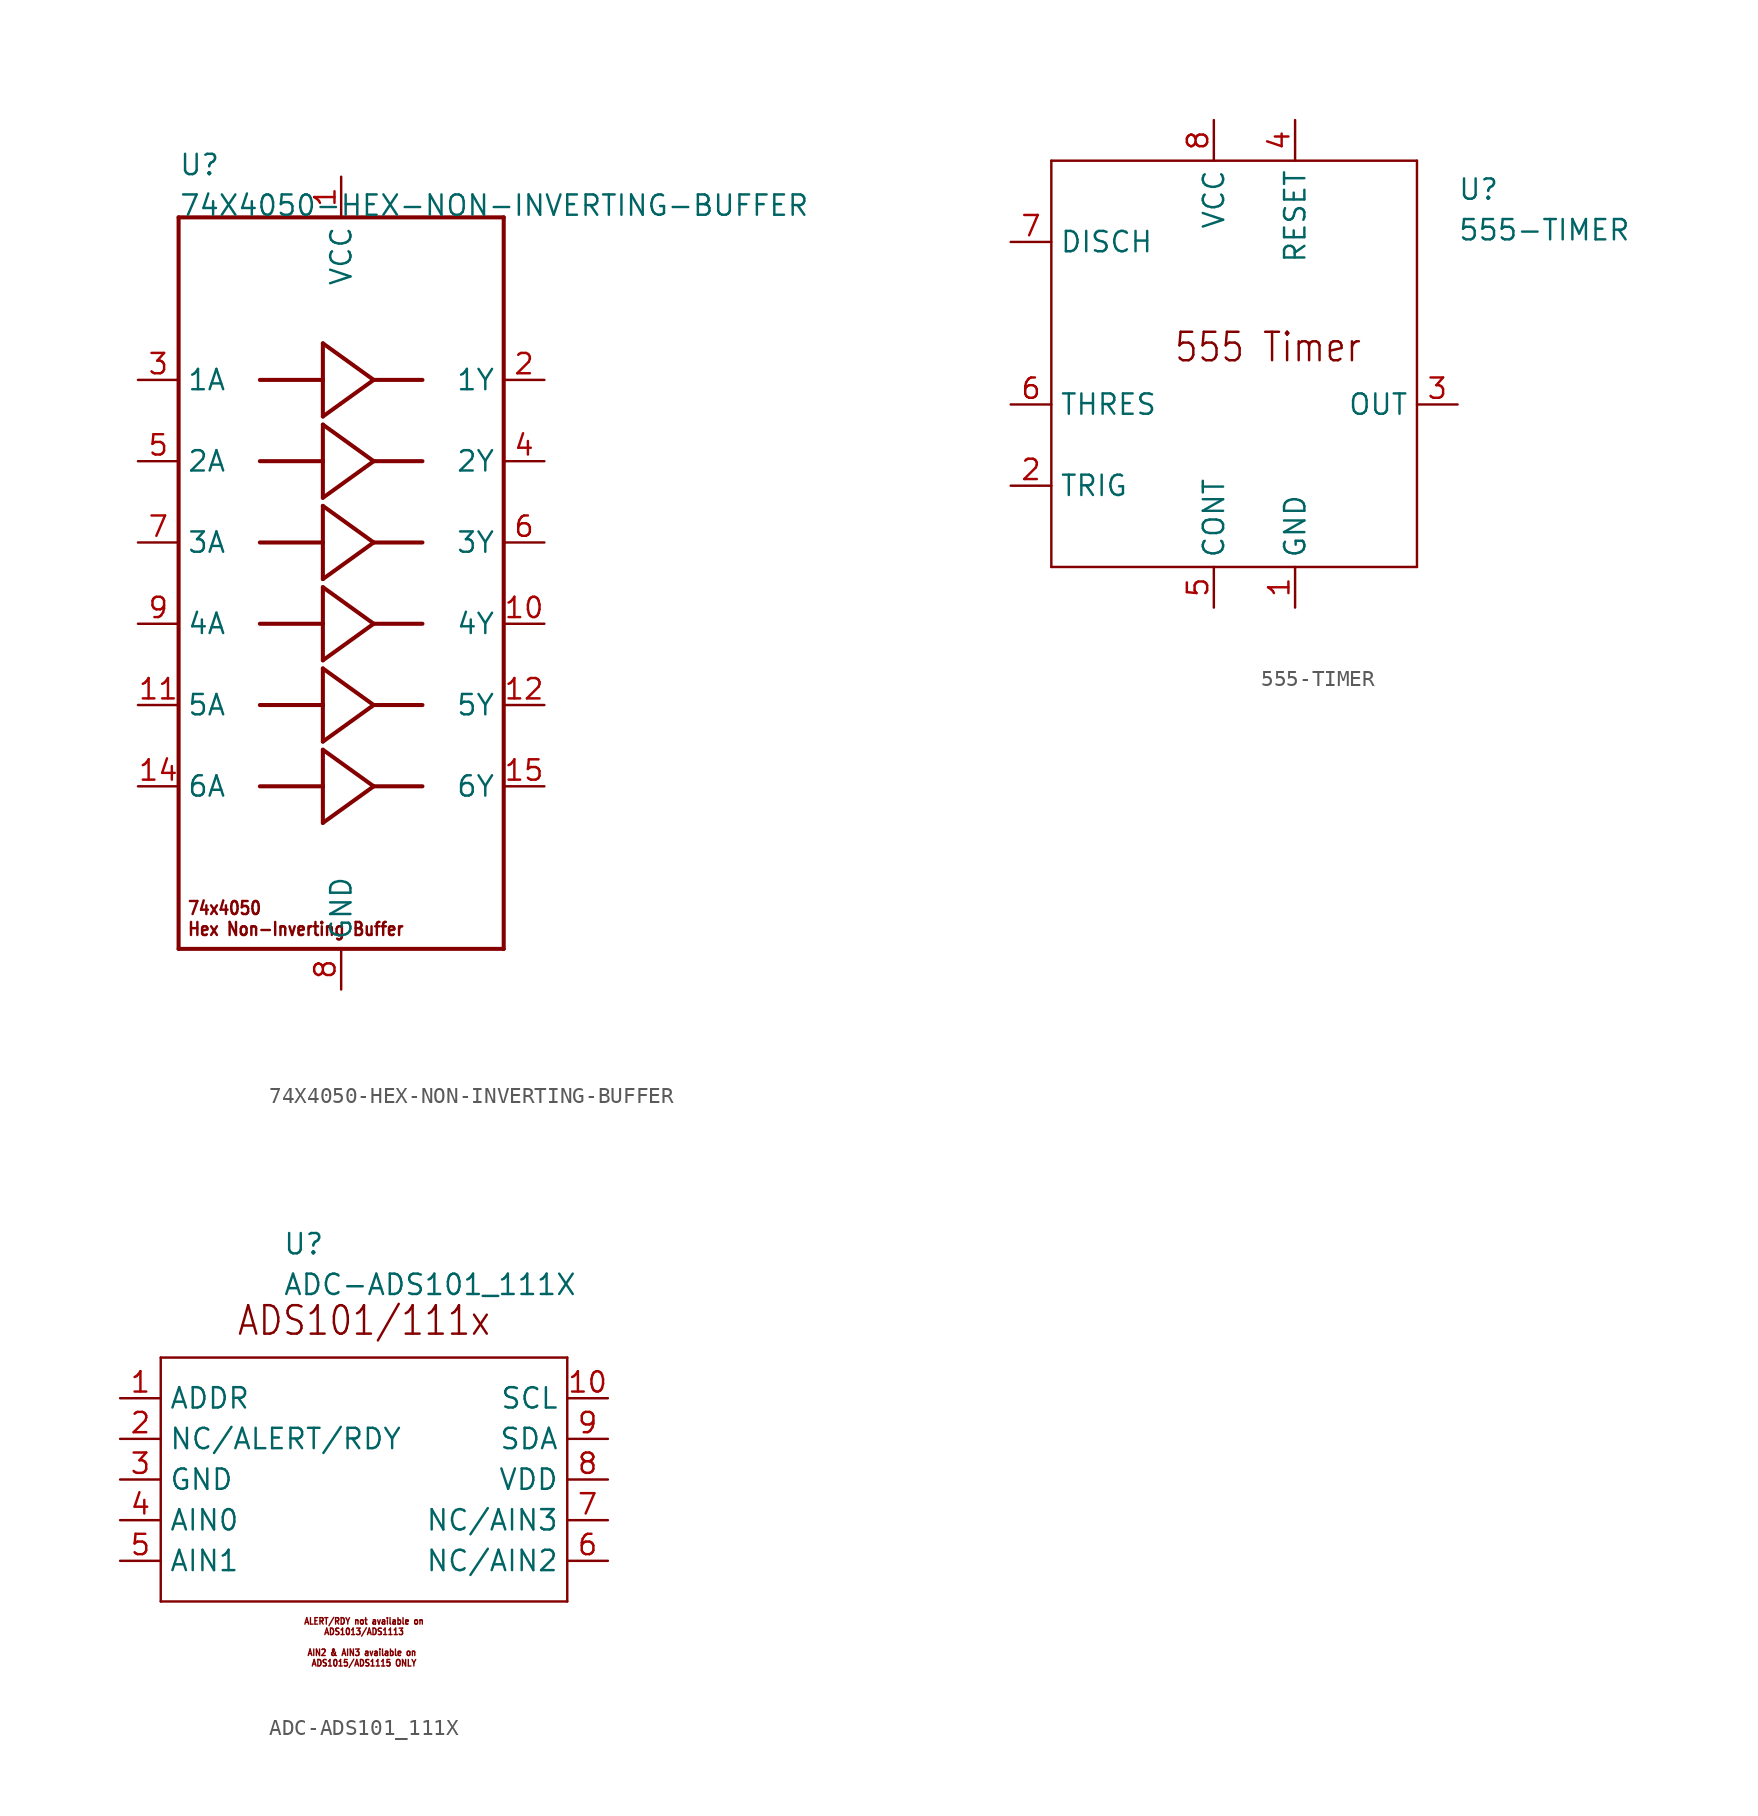
<source format=kicad_sym>
(kicad_symbol_lib
  (version 20211014)
  (generator kicad_symbol_editor)
  (symbol "74X4050-HEX-NON-INVERTING-BUFFER"
    (pin_names)
    (property "Reference" "U"
      (at -10.16 25.4 0)
      (effects (font (size 1.27 1.27)) (justify left bottom)))
    (property "Value" "74X4050-HEX-NON-INVERTING-BUFFER"
      (at -10.16 22.86 0)
      (effects (font (size 1.27 1.27)) (justify left bottom)))
    (property "Datasheet" ""
      (at 0 0 0))
    (property "ki_description" "74X4050  - Hex Non-Inverting Buffer   Technical Specifications:     Logic Type: Buffer, Non-Inverting    Number of Elements: 6    Number of Bits per Element: 1       Component Search:  [DATA SHEET NAME]   Datasheet:  74HC4050 "
      (at 0 0 0))
    (property "ki_fp_filters" "FlashPCB_ICs:SOIC-16-150MIL-3.9MM"
      (at 0 0 0))
    (symbol "74X4050-HEX-NON-INVERTING-BUFFER_1_1"
      (text "74x4050\nHex Non-Inverting Buffer" (at -9.652 -22.098 0) (effects (font (size 0.813 0.695)) (justify left bottom)))
      (polyline (pts (xy -5.08 12.7) (xy -1.143 12.7)) (stroke (width 0.254)) (fill (type none)))
      (polyline (pts (xy -1.143 12.7) (xy -1.143 14.986)) (stroke (width 0.254)) (fill (type none)))
      (polyline (pts (xy -1.143 12.7) (xy -1.143 10.414)) (stroke (width 0.254)) (fill (type none)))
      (polyline (pts (xy -1.143 10.414) (xy 2.032 12.7)) (stroke (width 0.254)) (fill (type none)))
      (polyline (pts (xy 2.032 12.7) (xy -1.143 14.986)) (stroke (width 0.254)) (fill (type none)))
      (polyline (pts (xy 5.08 12.7) (xy 2.032 12.7)) (stroke (width 0.254)) (fill (type none)))
      (polyline (pts (xy -10.16 22.86) (xy 10.16 22.86)) (stroke (width 0.254)) (fill (type none)))
      (polyline (pts (xy 10.16 22.86) (xy 10.16 -22.86)) (stroke (width 0.254)) (fill (type none)))
      (polyline (pts (xy 10.16 -22.86) (xy -10.16 -22.86)) (stroke (width 0.254)) (fill (type none)))
      (polyline (pts (xy -10.16 -22.86) (xy -10.16 22.86)) (stroke (width 0.254)) (fill (type none)))
      (polyline (pts (xy -5.08 7.62) (xy -1.143 7.62)) (stroke (width 0.254)) (fill (type none)))
      (polyline (pts (xy -1.143 7.62) (xy -1.143 9.906)) (stroke (width 0.254)) (fill (type none)))
      (polyline (pts (xy -1.143 7.62) (xy -1.143 5.334)) (stroke (width 0.254)) (fill (type none)))
      (polyline (pts (xy -1.143 5.334) (xy 2.032 7.62)) (stroke (width 0.254)) (fill (type none)))
      (polyline (pts (xy 2.032 7.62) (xy -1.143 9.906)) (stroke (width 0.254)) (fill (type none)))
      (polyline (pts (xy 5.08 7.62) (xy 2.032 7.62)) (stroke (width 0.254)) (fill (type none)))
      (polyline (pts (xy -5.08 2.54) (xy -1.143 2.54)) (stroke (width 0.254)) (fill (type none)))
      (polyline (pts (xy -1.143 2.54) (xy -1.143 4.826)) (stroke (width 0.254)) (fill (type none)))
      (polyline (pts (xy -1.143 2.54) (xy -1.143 0.254)) (stroke (width 0.254)) (fill (type none)))
      (polyline (pts (xy -1.143 0.254) (xy 2.032 2.54)) (stroke (width 0.254)) (fill (type none)))
      (polyline (pts (xy 2.032 2.54) (xy -1.143 4.826)) (stroke (width 0.254)) (fill (type none)))
      (polyline (pts (xy 5.08 2.54) (xy 2.032 2.54)) (stroke (width 0.254)) (fill (type none)))
      (polyline (pts (xy -5.08 -2.54) (xy -1.143 -2.54)) (stroke (width 0.254)) (fill (type none)))
      (polyline (pts (xy -1.143 -2.54) (xy -1.143 -0.254)) (stroke (width 0.254)) (fill (type none)))
      (polyline (pts (xy -1.143 -2.54) (xy -1.143 -4.826)) (stroke (width 0.254)) (fill (type none)))
      (polyline (pts (xy -1.143 -4.826) (xy 2.032 -2.54)) (stroke (width 0.254)) (fill (type none)))
      (polyline (pts (xy 2.032 -2.54) (xy -1.143 -0.254)) (stroke (width 0.254)) (fill (type none)))
      (polyline (pts (xy 5.08 -2.54) (xy 2.032 -2.54)) (stroke (width 0.254)) (fill (type none)))
      (polyline (pts (xy -5.08 -7.62) (xy -1.143 -7.62)) (stroke (width 0.254)) (fill (type none)))
      (polyline (pts (xy -1.143 -7.62) (xy -1.143 -5.334)) (stroke (width 0.254)) (fill (type none)))
      (polyline (pts (xy -1.143 -7.62) (xy -1.143 -9.906)) (stroke (width 0.254)) (fill (type none)))
      (polyline (pts (xy -1.143 -9.906) (xy 2.032 -7.62)) (stroke (width 0.254)) (fill (type none)))
      (polyline (pts (xy 2.032 -7.62) (xy -1.143 -5.334)) (stroke (width 0.254)) (fill (type none)))
      (polyline (pts (xy 5.08 -7.62) (xy 2.032 -7.62)) (stroke (width 0.254)) (fill (type none)))
      (polyline (pts (xy -5.08 -12.7) (xy -1.143 -12.7)) (stroke (width 0.254)) (fill (type none)))
      (polyline (pts (xy -1.143 -12.7) (xy -1.143 -10.414)) (stroke (width 0.254)) (fill (type none)))
      (polyline (pts (xy -1.143 -12.7) (xy -1.143 -14.986)) (stroke (width 0.254)) (fill (type none)))
      (polyline (pts (xy -1.143 -14.986) (xy 2.032 -12.7)) (stroke (width 0.254)) (fill (type none)))
      (polyline (pts (xy 2.032 -12.7) (xy -1.143 -10.414)) (stroke (width 0.254)) (fill (type none)))
      (polyline (pts (xy 5.08 -12.7) (xy 2.032 -12.7)) (stroke (width 0.254)) (fill (type none)))
      (pin bidirectional line (at 0 25.4 270) (length 2.54) (name "VCC" (effects (font (size 1.27 1.27)))) (number "1" (effects (font (size 1.27 1.27)))))
      (pin bidirectional line (at 0 -25.4 90) (length 2.54) (name "GND" (effects (font (size 1.27 1.27)))) (number "8" (effects (font (size 1.27 1.27)))))
      (pin bidirectional line (at -12.7 12.7 0) (length 2.54) (name "1A" (effects (font (size 1.27 1.27)))) (number "3" (effects (font (size 1.27 1.27)))))
      (pin bidirectional line (at -12.7 7.62 0) (length 2.54) (name "2A" (effects (font (size 1.27 1.27)))) (number "5" (effects (font (size 1.27 1.27)))))
      (pin bidirectional line (at -12.7 2.54 0) (length 2.54) (name "3A" (effects (font (size 1.27 1.27)))) (number "7" (effects (font (size 1.27 1.27)))))
      (pin bidirectional line (at -12.7 -2.54 0) (length 2.54) (name "4A" (effects (font (size 1.27 1.27)))) (number "9" (effects (font (size 1.27 1.27)))))
      (pin bidirectional line (at -12.7 -7.62 0) (length 2.54) (name "5A" (effects (font (size 1.27 1.27)))) (number "11" (effects (font (size 1.27 1.27)))))
      (pin bidirectional line (at -12.7 -12.7 0) (length 2.54) (name "6A" (effects (font (size 1.27 1.27)))) (number "14" (effects (font (size 1.27 1.27)))))
      (pin bidirectional line (at 12.7 12.7 180) (length 2.54) (name "1Y" (effects (font (size 1.27 1.27)))) (number "2" (effects (font (size 1.27 1.27)))))
      (pin bidirectional line (at 12.7 7.62 180) (length 2.54) (name "2Y" (effects (font (size 1.27 1.27)))) (number "4" (effects (font (size 1.27 1.27)))))
      (pin bidirectional line (at 12.7 2.54 180) (length 2.54) (name "3Y" (effects (font (size 1.27 1.27)))) (number "6" (effects (font (size 1.27 1.27)))))
      (pin bidirectional line (at 12.7 -2.54 180) (length 2.54) (name "4Y" (effects (font (size 1.27 1.27)))) (number "10" (effects (font (size 1.27 1.27)))))
      (pin bidirectional line (at 12.7 -7.62 180) (length 2.54) (name "5Y" (effects (font (size 1.27 1.27)))) (number "12" (effects (font (size 1.27 1.27)))))
      (pin bidirectional line (at 12.7 -12.7 180) (length 2.54) (name "6Y" (effects (font (size 1.27 1.27)))) (number "15" (effects (font (size 1.27 1.27)))))))
  (symbol "555-TIMER"
    (pin_names)
    (property "Reference" "U"
      (at 12.7 10.16 0)
      (effects (font (size 1.27 1.27)) (justify left bottom)))
    (property "Value" "555-TIMER"
      (at 12.7 7.62 0)
      (effects (font (size 1.27 1.27)) (justify left bottom)))
    (property "Datasheet" ""
      (at 0 0 0))
    (property "ki_description" "https://www.digikey.com/en/resources/conversion-calculators/conversion-calculator-555-timer "
      (at 0 0 0))
    (property "ki_fp_filters" "FlashPCB_ICs:SOIC-8-150MIL-3.9MM FlashPCB_ICs:TSSOP-8"
      (at 0 0 0))
    (symbol "555-TIMER_1_1"
      (text "555 Timer" (at -5.08 0 0) (effects (font (size 1.778 1.52)) (justify left bottom)))
      (polyline (pts (xy -12.7 12.7) (xy 10.16 12.7)) (stroke (width 0.152)) (fill (type none)))
      (polyline (pts (xy 10.16 12.7) (xy 10.16 -12.7)) (stroke (width 0.152)) (fill (type none)))
      (polyline (pts (xy 10.16 -12.7) (xy -12.7 -12.7)) (stroke (width 0.152)) (fill (type none)))
      (polyline (pts (xy -12.7 -12.7) (xy -12.7 12.7)) (stroke (width 0.152)) (fill (type none)))
      (pin bidirectional line (at 12.7 -2.54 180) (length 2.54) (name "OUT" (effects (font (size 1.27 1.27)))) (number "3" (effects (font (size 1.27 1.27)))))
      (pin bidirectional line (at -2.54 15.24 270) (length 2.54) (name "VCC" (effects (font (size 1.27 1.27)))) (number "8" (effects (font (size 1.27 1.27)))))
      (pin bidirectional line (at 2.54 15.24 270) (length 2.54) (name "RESET" (effects (font (size 1.27 1.27)))) (number "4" (effects (font (size 1.27 1.27)))))
      (pin bidirectional line (at -15.24 7.62 0) (length 2.54) (name "DISCH" (effects (font (size 1.27 1.27)))) (number "7" (effects (font (size 1.27 1.27)))))
      (pin bidirectional line (at -15.24 -2.54 0) (length 2.54) (name "THRES" (effects (font (size 1.27 1.27)))) (number "6" (effects (font (size 1.27 1.27)))))
      (pin bidirectional line (at -15.24 -7.62 0) (length 2.54) (name "TRIG" (effects (font (size 1.27 1.27)))) (number "2" (effects (font (size 1.27 1.27)))))
      (pin bidirectional line (at 2.54 -15.24 90) (length 2.54) (name "GND" (effects (font (size 1.27 1.27)))) (number "1" (effects (font (size 1.27 1.27)))))
      (pin bidirectional line (at -2.54 -15.24 90) (length 2.54) (name "CONT" (effects (font (size 1.27 1.27)))) (number "5" (effects (font (size 1.27 1.27)))))))
  (symbol "ADC-ADS101_111X"
    (pin_names)
    (property "Reference" "U"
      (at -5.08 13.97 0)
      (effects (font (size 1.27 1.27)) (justify left bottom)))
    (property "Value" "ADC-ADS101_111X"
      (at -5.08 11.43 0)
      (effects (font (size 1.27 1.27)) (justify left bottom)))
    (property "Datasheet" ""
      (at 0 0 0))
    (property "ki_description" "ADS101x  - IC ADC 12BIT SIGMA-DELTA   Technical Specifications:    Analog to Digital Converter, 12bit   I2C Interface   Internal Voltage Reference, Internal Oscillator   Four Single-Ended or Two Differential Inputs(ADS1015)   Supply Voltage: 2V~5.5V   Sampling Rate: Up to 3.3k Samples Per Second (3300Hz)       Component Search:  ADS101x   Datasheet:  ADS101x Ultra-Small, Low-Power, I2C-Compatible, 3.3-kSPS, 12-Bit ADCs With Internal Reference, Oscillator, and Programmable Comparator datasheet (Rev. E)       ADS111x  - IC ADC 16BIT SIGMA-DELTA   Technical Specifications:    Analog to Digital Converter, 16bit   I2C Interface   Internal Voltage Reference, Internal Oscillator   Four Single-Ended or Two Differential Inputs(ADS1115)   Supply Voltage: 2V~5.5V   Sampling Rate: Up to 860 Samples Per Second (860Hz)       Component Search:  ADS111x   Datasheet:  ADS111x Ultra-Small, Low-Power, I2C-Compatible, 860-SPS, 16-Bit ADCs With Internal Reference, Oscillator, and Programmable Comparator datasheet (Rev. D)  "
      (at 0 0 0))
    (property "ki_fp_filters" "FlashPCB_ICs:VSSOP-10"
      (at 0 0 0))
    (symbol "ADC-ADS101_111X_1_1"
      (text "ADS101/111x" (at 0 8.89 0) (effects (font (size 1.778 1.52)) (justify bottom)))
      (text "ALERT/RDY not available on\nADS1013/ADS1113\n\nAIN2 & AIN3 available on \nADS1015/ADS1115 ONLY" (at 0 -10.16 0) (effects (font (size 0.406 0.347))))
      (polyline (pts (xy -12.7 7.62) (xy 12.7 7.62)) (stroke (width 0.152)) (fill (type none)))
      (polyline (pts (xy 12.7 7.62) (xy 12.7 -7.62)) (stroke (width 0.152)) (fill (type none)))
      (polyline (pts (xy 12.7 -7.62) (xy -12.7 -7.62)) (stroke (width 0.152)) (fill (type none)))
      (polyline (pts (xy -12.7 -7.62) (xy -12.7 7.62)) (stroke (width 0.152)) (fill (type none)))
      (pin bidirectional line (at -15.24 0 0) (length 2.54) (name "GND" (effects (font (size 1.27 1.27)))) (number "3" (effects (font (size 1.27 1.27)))))
      (pin bidirectional line (at -15.24 5.08 0) (length 2.54) (name "ADDR" (effects (font (size 1.27 1.27)))) (number "1" (effects (font (size 1.27 1.27)))))
      (pin bidirectional line (at -15.24 2.54 0) (length 2.54) (name "NC/ALERT/RDY" (effects (font (size 1.27 1.27)))) (number "2" (effects (font (size 1.27 1.27)))))
      (pin bidirectional line (at -15.24 -2.54 0) (length 2.54) (name "AIN0" (effects (font (size 1.27 1.27)))) (number "4" (effects (font (size 1.27 1.27)))))
      (pin bidirectional line (at -15.24 -5.08 0) (length 2.54) (name "AIN1" (effects (font (size 1.27 1.27)))) (number "5" (effects (font (size 1.27 1.27)))))
      (pin bidirectional line (at 15.24 0 180) (length 2.54) (name "VDD" (effects (font (size 1.27 1.27)))) (number "8" (effects (font (size 1.27 1.27)))))
      (pin bidirectional line (at 15.24 5.08 180) (length 2.54) (name "SCL" (effects (font (size 1.27 1.27)))) (number "10" (effects (font (size 1.27 1.27)))))
      (pin bidirectional line (at 15.24 2.54 180) (length 2.54) (name "SDA" (effects (font (size 1.27 1.27)))) (number "9" (effects (font (size 1.27 1.27)))))
      (pin bidirectional line (at 15.24 -2.54 180) (length 2.54) (name "NC/AIN3" (effects (font (size 1.27 1.27)))) (number "7" (effects (font (size 1.27 1.27)))))
      (pin bidirectional line (at 15.24 -5.08 180) (length 2.54) (name "NC/AIN2" (effects (font (size 1.27 1.27)))) (number "6" (effects (font (size 1.27 1.27))))))))
</source>
